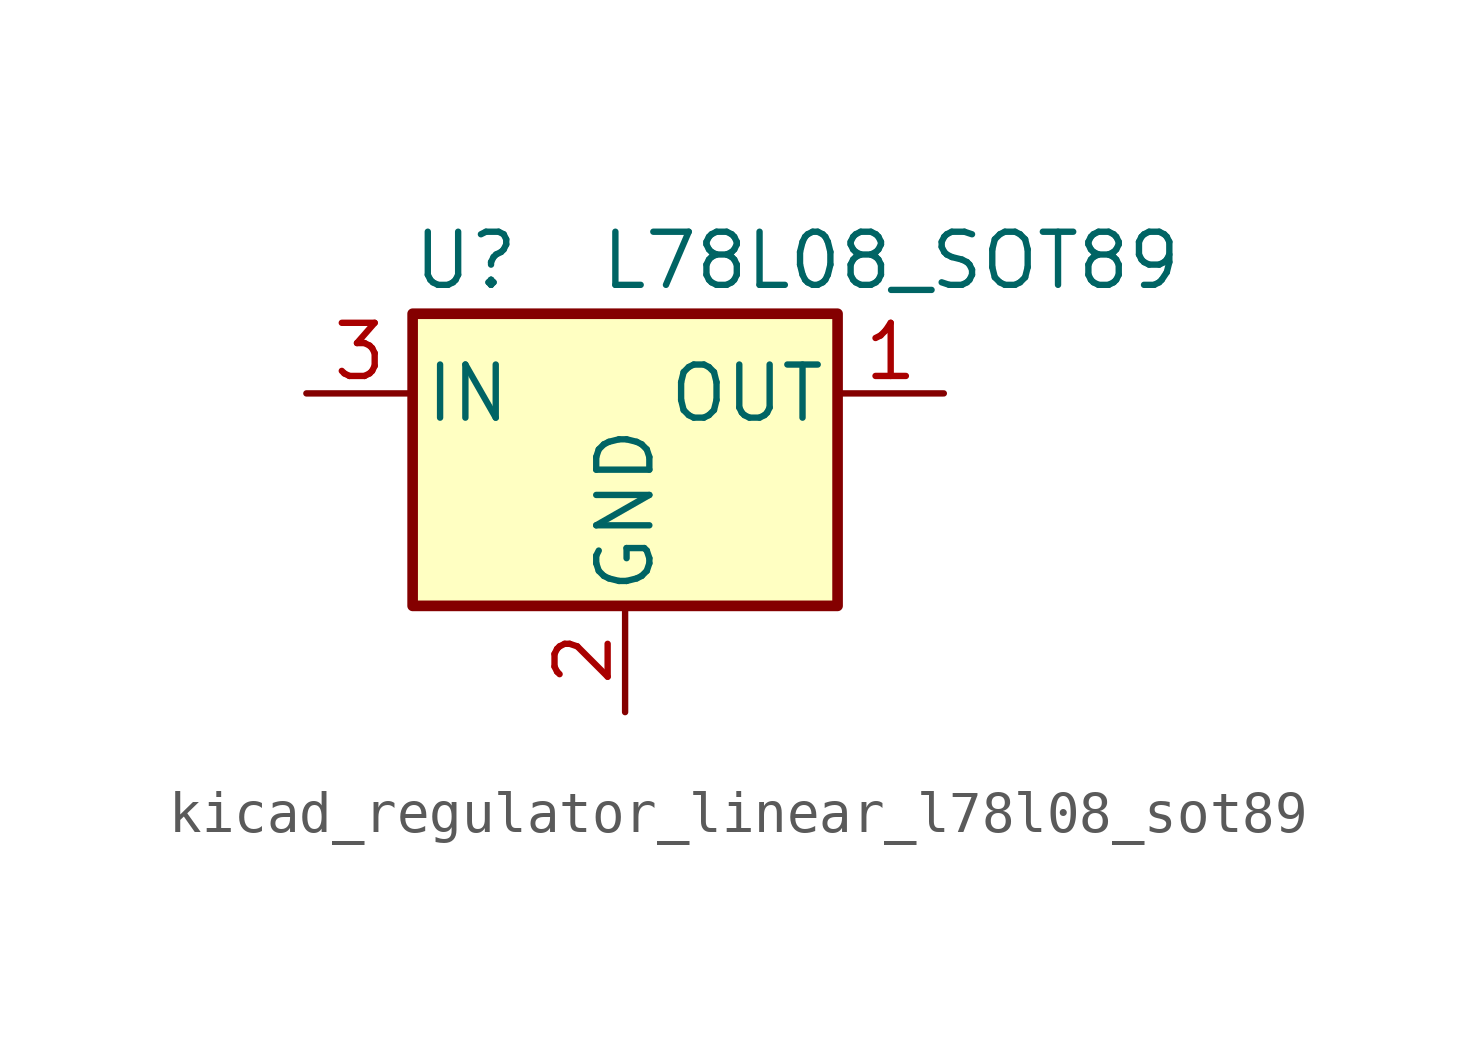
<source format=kicad_sym>
(kicad_symbol_lib
  (version 20220914)
  (generator kicad_symbol_editor)
  (symbol "kicad_regulator_linear_l78l08_sot89"
    (pin_names
      (offset 0.254))
    (property "Reference" "U"
      (at -3.81 3.175 0)
      (effects (font (size 1.27 1.27))))
    (property "Value" "L78L08_SOT89"
      (at -0.635 3.175 0)
      (effects (font (size 1.27 1.27)) (justify left)))
    (symbol "kicad_regulator_linear_l78l08_sot89_0_1"
      (rectangle (start -5.08 1.905) (end 5.08 -5.08) (stroke (width 0.254) (type default)) (fill (type background))))
    (symbol "kicad_regulator_linear_l78l08_sot89_1_1"
      (pin power_out line (at 7.62 0 180) (length 2.54) (name "OUT" (effects (font (size 1.27 1.27)))) (number "1" (effects (font (size 1.27 1.27)))))
      (pin power_in line (at 0 -7.62 90) (length 2.54) (name "GND" (effects (font (size 1.27 1.27)))) (number "2" (effects (font (size 1.27 1.27)))))
      (pin power_in line (at -7.62 0 0) (length 2.54) (name "IN" (effects (font (size 1.27 1.27)))) (number "3" (effects (font (size 1.27 1.27))))))))
</source>
